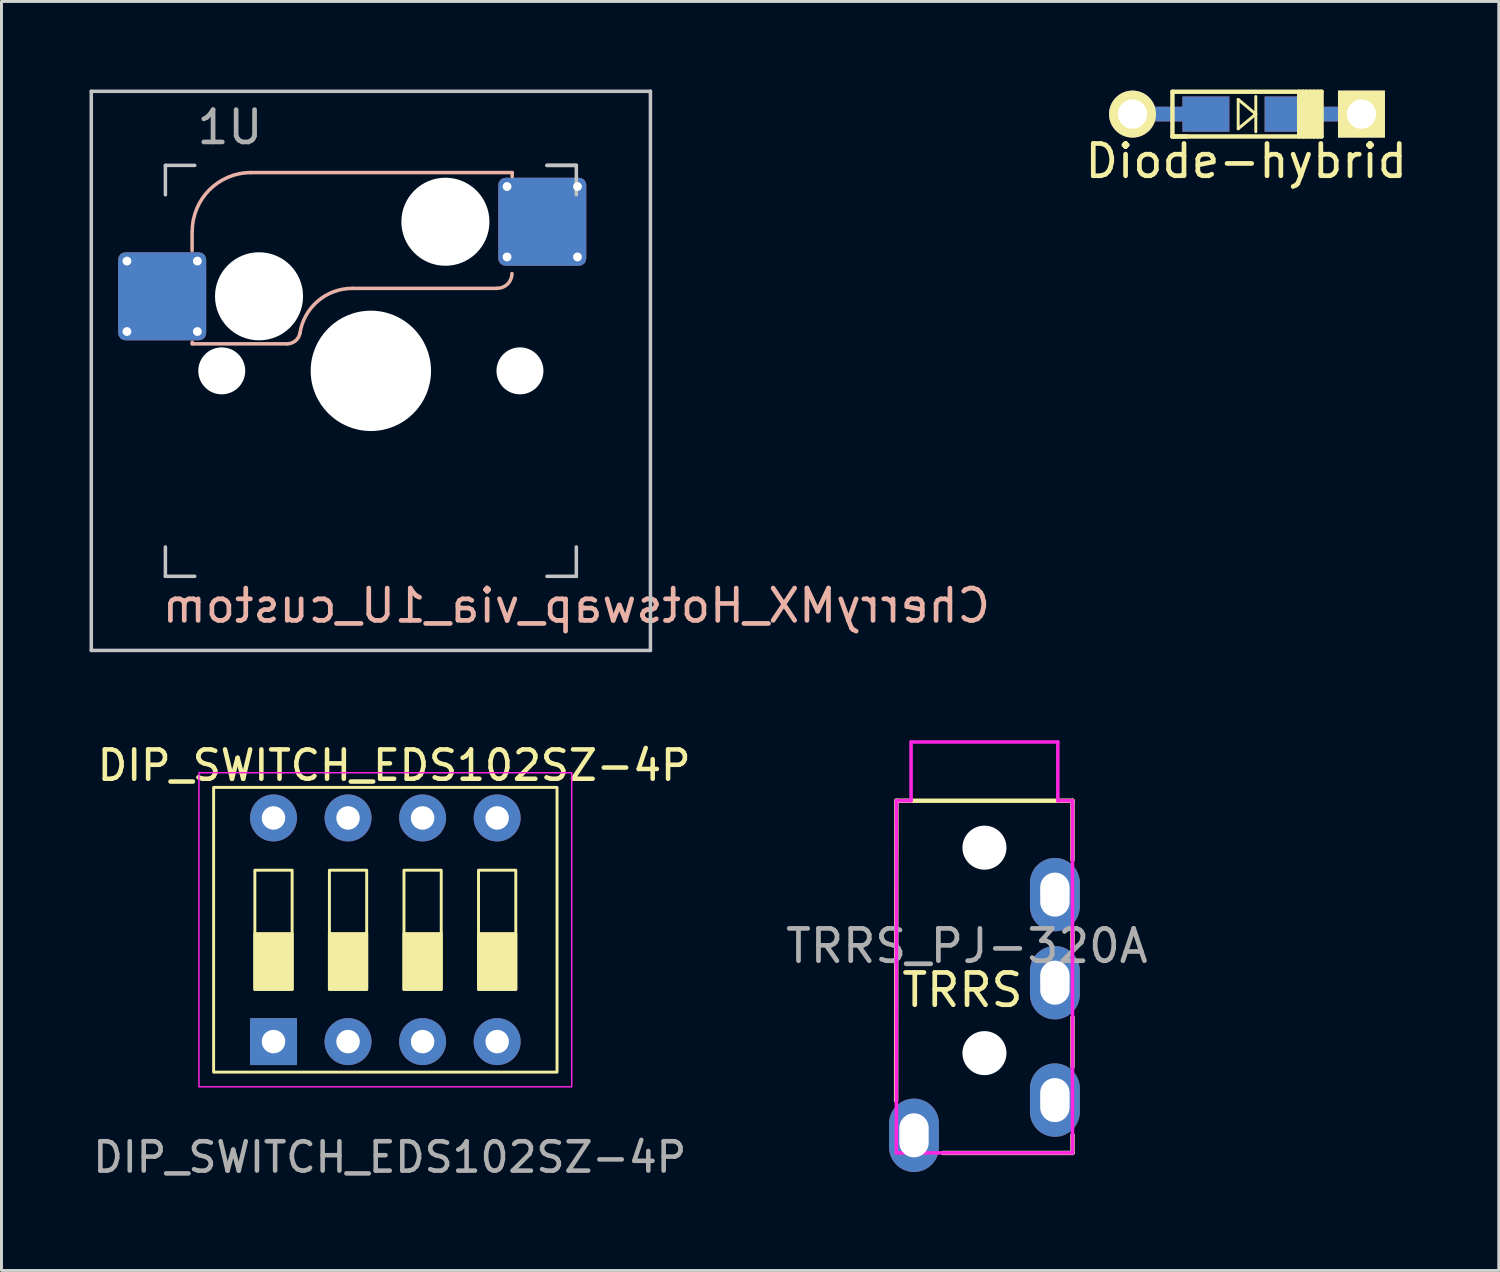
<source format=kicad_pcb>
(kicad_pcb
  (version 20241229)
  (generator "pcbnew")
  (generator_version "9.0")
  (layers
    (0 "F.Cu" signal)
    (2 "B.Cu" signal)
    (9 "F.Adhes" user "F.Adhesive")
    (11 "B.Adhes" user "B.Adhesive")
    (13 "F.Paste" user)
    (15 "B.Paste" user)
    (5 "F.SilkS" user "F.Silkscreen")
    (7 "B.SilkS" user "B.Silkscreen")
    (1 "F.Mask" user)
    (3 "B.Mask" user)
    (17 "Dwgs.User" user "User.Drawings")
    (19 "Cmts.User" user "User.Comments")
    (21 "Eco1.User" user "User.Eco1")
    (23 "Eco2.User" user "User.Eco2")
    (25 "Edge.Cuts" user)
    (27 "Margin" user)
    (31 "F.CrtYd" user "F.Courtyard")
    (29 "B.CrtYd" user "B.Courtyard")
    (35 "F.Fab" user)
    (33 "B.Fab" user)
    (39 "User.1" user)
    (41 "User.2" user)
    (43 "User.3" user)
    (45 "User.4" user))
  (footprint "CherryMX_Hotswap_via_1U_custom"
    (layer "F.Cu")
    (at 9.585 9.585)
    (property "Reference" "CherryMX_Hotswap_via_1U_custom" (at 7 8 0) (layer "B.SilkS") (effects (font (size 1.1 1.1) (thickness 0.16)) (justify mirror)))
    (attr through_hole)
    (fp_line (start -8.11 -1.74) (end -8.11 -3.34) (stroke (width 0.12) (type solid)) (layer "B.Mask"))
    (fp_line (start -7.91 -3.54) (end -6.31 -3.54) (stroke (width 0.12) (type solid)) (layer "B.Mask"))
    (fp_line (start -6.31 -1.54) (end -7.91 -1.54) (stroke (width 0.12) (type solid)) (layer "B.Mask"))
    (fp_line (start -6.11 -3.34) (end -6.11 -1.74) (stroke (width 0.12) (type solid)) (layer "B.Mask"))
    (fp_line (start 4.84 -5.88) (end 4.84 -4.28) (stroke (width 0.12) (type solid)) (layer "B.Mask"))
    (fp_line (start 5.04 -6.08) (end 6.64 -6.08) (stroke (width 0.12) (type solid)) (layer "B.Mask"))
    (fp_line (start 5.04 -4.08) (end 6.64 -4.08) (stroke (width 0.12) (type solid)) (layer "B.Mask"))
    (fp_line (start 6.84 -4.28) (end 6.84 -5.88) (stroke (width 0.12) (type solid)) (layer "B.Mask"))
    (fp_arc (start -8.11 -3.34) (mid -8.051421 -3.481421) (end -7.91 -3.54) (stroke (width 0.12) (type solid)) (layer "B.Mask"))
    (fp_arc (start -7.91 -1.54) (mid -8.051421 -1.598579) (end -8.11 -1.74) (stroke (width 0.12) (type solid)) (layer "B.Mask"))
    (fp_arc (start -6.31 -3.54) (mid -6.168579 -3.481421) (end -6.11 -3.34) (stroke (width 0.12) (type solid)) (layer "B.Mask"))
    (fp_arc (start -6.11 -1.74) (mid -6.168579 -1.598579) (end -6.31 -1.54) (stroke (width 0.12) (type solid)) (layer "B.Mask"))
    (fp_arc (start 4.84 -5.88) (mid 4.898579 -6.021421) (end 5.04 -6.08) (stroke (width 0.12) (type solid)) (layer "B.Mask"))
    (fp_arc (start 5.04 -4.08) (mid 4.898579 -4.138579) (end 4.84 -4.28) (stroke (width 0.12) (type solid)) (layer "B.Mask"))
    (fp_arc (start 6.64 -6.08) (mid 6.781421 -6.021421) (end 6.84 -5.88) (stroke (width 0.12) (type solid)) (layer "B.Mask"))
    (fp_arc (start 6.84 -4.28) (mid 6.781421 -4.138579) (end 6.64 -4.08) (stroke (width 0.12) (type solid)) (layer "B.Mask"))
    (fp_poly (pts (xy -6.11 -3.34) (xy -6.11 -1.74) (xy -6.31 -1.54) (xy -7.91 -1.54) (xy -8.11 -1.74) (xy -8.11 -3.34) (xy -7.91 -3.54) (xy -6.31 -3.54)) (stroke (width 0.1) (type solid)) (fill yes) (layer "B.Mask"))
    (fp_poly (pts (xy 6.84 -5.88) (xy 6.84 -4.28) (xy 6.64 -4.08) (xy 5.04 -4.08) (xy 4.84 -4.28) (xy 4.84 -5.88) (xy 5.04 -6.08) (xy 6.64 -6.08)) (stroke (width 0.1) (type solid)) (fill yes) (layer "B.Mask"))
    (fp_line (start -6.09 -4.1) (end -6.09 -4.73) (stroke (width 0.12) (type solid)) (layer "B.SilkS"))
    (fp_line (start -6.085 -0.92) (end -6.085 -0.975) (stroke (width 0.12) (type solid)) (layer "B.SilkS"))
    (fp_line (start -4.085 -6.755) (end 4.815 -6.755) (stroke (width 0.12) (type solid)) (layer "B.SilkS"))
    (fp_line (start -2.84 -0.92) (end -6.085 -0.92) (stroke (width 0.12) (type solid)) (layer "B.SilkS"))
    (fp_line (start -0.635 -2.81) (end 4.3 -2.81) (stroke (width 0.12) (type solid)) (layer "B.SilkS"))
    (fp_line (start 4.815 -6.755) (end 4.815 -6.62) (stroke (width 0.12) (type solid)) (layer "B.SilkS"))
    (fp_arc (start -6.085 -4.755) (mid -5.499214 -6.169214) (end -4.085 -6.755) (stroke (width 0.12) (type solid)) (layer "B.SilkS"))
    (fp_arc (start -2.415499 -1.287962) (mid -2.562527 -1.029154) (end -2.840043 -0.921527) (stroke (width 0.12) (type solid)) (layer "B.SilkS"))
    (fp_arc (start -2.415498 -1.287962) (mid -1.806315 -2.377881) (end -0.635 -2.810374) (stroke (width 0.12) (type solid)) (layer "B.SilkS"))
    (fp_arc (start 4.806447 -3.313553) (mid 4.66 -2.96) (end 4.306447 -2.813553) (stroke (width 0.12) (type solid)) (layer "B.SilkS"))
    (fp_line (start -8.11 -1.74) (end -8.11 -3.34) (stroke (width 0.12) (type solid)) (layer "B.Paste"))
    (fp_line (start -7.91 -3.54) (end -6.31 -3.54) (stroke (width 0.12) (type solid)) (layer "B.Paste"))
    (fp_line (start -6.31 -1.54) (end -7.91 -1.54) (stroke (width 0.12) (type solid)) (layer "B.Paste"))
    (fp_line (start -6.11 -3.34) (end -6.11 -1.74) (stroke (width 0.12) (type solid)) (layer "B.Paste"))
    (fp_line (start 4.84 -5.88) (end 4.84 -4.28) (stroke (width 0.12) (type solid)) (layer "B.Paste"))
    (fp_line (start 5.04 -6.08) (end 6.64 -6.08) (stroke (width 0.12) (type solid)) (layer "B.Paste"))
    (fp_line (start 5.04 -4.08) (end 6.64 -4.08) (stroke (width 0.12) (type solid)) (layer "B.Paste"))
    (fp_line (start 6.84 -4.28) (end 6.84 -5.88) (stroke (width 0.12) (type solid)) (layer "B.Paste"))
    (fp_arc (start -8.11 -3.34) (mid -8.051421 -3.481421) (end -7.91 -3.54) (stroke (width 0.12) (type solid)) (layer "B.Paste"))
    (fp_arc (start -7.91 -1.54) (mid -8.051421 -1.598579) (end -8.11 -1.74) (stroke (width 0.12) (type solid)) (layer "B.Paste"))
    (fp_arc (start -6.31 -3.54) (mid -6.168579 -3.481421) (end -6.11 -3.34) (stroke (width 0.12) (type solid)) (layer "B.Paste"))
    (fp_arc (start -6.11 -1.74) (mid -6.168579 -1.598579) (end -6.31 -1.54) (stroke (width 0.12) (type solid)) (layer "B.Paste"))
    (fp_arc (start 4.84 -5.88) (mid 4.898579 -6.021421) (end 5.04 -6.08) (stroke (width 0.12) (type solid)) (layer "B.Paste"))
    (fp_arc (start 5.04 -4.08) (mid 4.898579 -4.138579) (end 4.84 -4.28) (stroke (width 0.12) (type solid)) (layer "B.Paste"))
    (fp_arc (start 6.64 -6.08) (mid 6.781421 -6.021421) (end 6.84 -5.88) (stroke (width 0.12) (type solid)) (layer "B.Paste"))
    (fp_arc (start 6.84 -4.28) (mid 6.781421 -4.138579) (end 6.64 -4.08) (stroke (width 0.12) (type solid)) (layer "B.Paste"))
    (fp_poly (pts (xy -6.11 -3.34) (xy -6.11 -1.74) (xy -6.31 -1.54) (xy -7.91 -1.54) (xy -8.11 -1.74) (xy -8.11 -3.34) (xy -7.91 -3.54) (xy -6.31 -3.54)) (stroke (width 0.1) (type solid)) (fill yes) (layer "B.Paste"))
    (fp_poly (pts (xy 6.84 -5.88) (xy 6.84 -4.28) (xy 6.64 -4.08) (xy 5.04 -4.08) (xy 4.84 -4.28) (xy 4.84 -5.88) (xy 5.04 -6.08) (xy 6.64 -6.08)) (stroke (width 0.1) (type solid)) (fill yes) (layer "B.Paste"))
    (fp_line (start -9.525 -9.525) (end 9.525 -9.525) (stroke (width 0.12) (type solid)) (layer "Dwgs.User"))
    (fp_line (start -9.525 9.525) (end -9.525 -9.525) (stroke (width 0.12) (type solid)) (layer "Dwgs.User"))
    (fp_line (start -7 -7) (end -7 -6) (stroke (width 0.12) (type solid)) (layer "Dwgs.User"))
    (fp_line (start -7 -7) (end -6 -7) (stroke (width 0.12) (type solid)) (layer "Dwgs.User"))
    (fp_line (start -7 7) (end -7 6) (stroke (width 0.12) (type solid)) (layer "Dwgs.User"))
    (fp_line (start -7 7) (end -6 7) (stroke (width 0.12) (type solid)) (layer "Dwgs.User"))
    (fp_line (start 6 -7) (end 7 -7) (stroke (width 0.12) (type solid)) (layer "Dwgs.User"))
    (fp_line (start 7 -7) (end 6 -7) (stroke (width 0.12) (type solid)) (layer "Dwgs.User"))
    (fp_line (start 7 -7) (end 7 -6) (stroke (width 0.12) (type solid)) (layer "Dwgs.User"))
    (fp_line (start 7 7) (end 6 7) (stroke (width 0.12) (type solid)) (layer "Dwgs.User"))
    (fp_line (start 7 7) (end 7 6) (stroke (width 0.12) (type solid)) (layer "Dwgs.User"))
    (fp_line (start 9.525 -9.525) (end 9.525 9.525) (stroke (width 0.12) (type solid)) (layer "Dwgs.User"))
    (fp_line (start 9.525 9.525) (end -9.525 9.525) (stroke (width 0.12) (type solid)) (layer "Dwgs.User"))
    (fp_text user "1U" (at -4.8 -8.3 0) (layer "F.Fab") (effects (font (size 1.1 1.1) (thickness 0.16))))
    (pad "" np_thru_hole circle (at -5.08 0) (size 1.6 1.6) (drill 1.6) (layers "*.Cu" "*.Mask"))
    (pad "" np_thru_hole circle (at -3.81 -2.54) (size 3 3) (drill 3) (layers "*.Cu" "*.Mask"))
    (pad "" np_thru_hole circle (at 0 0) (size 4.1 4.1) (drill 4.1) (layers "*.Cu" "*.Mask"))
    (pad "" np_thru_hole circle (at 2.54 -5.08) (size 3 3) (drill 3) (layers "*.Cu" "*.Mask"))
    (pad "" np_thru_hole circle (at 5.08 0) (size 1.6 1.6) (drill 1.6) (layers "*.Cu" "*.Mask"))
    (pad "1" thru_hole circle (at -8.31 -3.74) (size 0.5 0.5) (drill 0.3) (layers "*.Cu"))
    (pad "1" thru_hole circle (at -8.31 -1.34) (size 0.5 0.5) (drill 0.3) (layers "*.Cu"))
    (pad "1" smd roundrect (at -7.11 -2.54) (size 3 3) (layers "F.Cu") (roundrect_rratio 0.083))
    (pad "1" smd roundrect (at -7.11 -2.54 180) (size 3 3) (layers "B.Cu") (roundrect_rratio 0.083))
    (pad "1" thru_hole circle (at -5.91 -3.74) (size 0.5 0.5) (drill 0.3) (layers "*.Cu"))
    (pad "1" thru_hole circle (at -5.91 -1.34) (size 0.5 0.5) (drill 0.3) (layers "*.Cu"))
    (pad "2" thru_hole circle (at 4.64 -6.28 180) (size 0.5 0.5) (drill 0.3) (layers "*.Cu"))
    (pad "2" thru_hole circle (at 4.64 -3.88 180) (size 0.5 0.5) (drill 0.3) (layers "*.Cu"))
    (pad "2" smd roundrect (at 5.84 -5.08 180) (size 3 3) (layers "F.Cu") (roundrect_rratio 0.083))
    (pad "2" smd roundrect (at 5.84 -5.08 180) (size 3 3) (layers "B.Cu") (roundrect_rratio 0.083))
    (pad "2" thru_hole circle (at 7.04 -6.28 180) (size 0.5 0.5) (drill 0.3) (layers "*.Cu"))
    (pad "2" thru_hole circle (at 7.04 -3.88 180) (size 0.5 0.5) (drill 0.3) (layers "*.Cu")))
  (footprint "DIP_SWITCH_EDS102SZ-4P"
    (layer "F.Cu")
    (at 10.078 28.627)
    (property "Reference" "DIP_SWITCH_EDS102SZ-4P" (at 0.3 -5.6 0) (unlocked yes) (layer "F.SilkS") (effects (font (size 1 1) (thickness 0.155))))
    (attr through_hole)
    (fp_rect (start -5.85 -4.85) (end 5.85 4.85) (stroke (width 0.1) (type default)) (fill no) (layer "F.SilkS"))
    (fp_rect (start -4.445 -2.03) (end -3.175 2.03) (stroke (width 0.1) (type default)) (fill no) (layer "F.SilkS"))
    (fp_rect (start -4.445 0.13) (end -3.175 2.03) (stroke (width 0.1) (type default)) (fill yes) (layer "F.SilkS"))
    (fp_rect (start -1.905 -2.03) (end -0.635 2.03) (stroke (width 0.1) (type default)) (fill no) (layer "F.SilkS"))
    (fp_rect (start -1.905 0.13) (end -0.635 2.03) (stroke (width 0.1) (type default)) (fill yes) (layer "F.SilkS"))
    (fp_rect (start 0.635 -2.03) (end 1.905 2.03) (stroke (width 0.1) (type default)) (fill no) (layer "F.SilkS"))
    (fp_rect (start 0.635 0.13) (end 1.905 2.03) (stroke (width 0.1) (type default)) (fill yes) (layer "F.SilkS"))
    (fp_rect (start 3.175 -2.03) (end 4.445 2.03) (stroke (width 0.1) (type default)) (fill no) (layer "F.SilkS"))
    (fp_rect (start 3.175 0.13) (end 4.445 2.03) (stroke (width 0.1) (type default)) (fill yes) (layer "F.SilkS"))
    (fp_rect (start -6.35 -5.35) (end 6.35 5.35) (stroke (width 0.05) (type default)) (fill no) (layer "F.CrtYd"))
    (fp_text user "${REFERENCE}" (at 0.15 7.75 0) (unlocked yes) (layer "F.Fab") (effects (font (size 1 1) (thickness 0.155))))
    (pad "1" thru_hole rect (at -3.81 3.81) (size 1.6 1.6) (drill 0.8) (layers "*.Cu" "*.Mask"))
    (pad "2" thru_hole circle (at -1.27 3.81) (size 1.6 1.6) (drill 0.8) (layers "*.Cu" "*.Mask"))
    (pad "3" thru_hole circle (at 1.27 3.81) (size 1.6 1.6) (drill 0.8) (layers "*.Cu" "*.Mask"))
    (pad "4" thru_hole circle (at 3.81 3.81) (size 1.6 1.6) (drill 0.8) (layers "*.Cu" "*.Mask"))
    (pad "5" thru_hole circle (at 3.81 -3.81) (size 1.6 1.6) (drill 0.8) (layers "*.Cu" "*.Mask"))
    (pad "6" thru_hole circle (at 1.27 -3.81) (size 1.6 1.6) (drill 0.8) (layers "*.Cu" "*.Mask"))
    (pad "7" thru_hole circle (at -1.27 -3.81) (size 1.6 1.6) (drill 0.8) (layers "*.Cu" "*.Mask"))
    (pad "8" thru_hole circle (at -3.81 -3.81) (size 1.6 1.6) (drill 0.8) (layers "*.Cu" "*.Mask")))
  (footprint "Diode-hybrid"
    (layer "F.Cu")
    (at 39.435 0.837)
    (property "Reference" "Diode-hybrid" (at -0.025 1.6 0) (layer "F.SilkS") (effects (font (size 1.1 1.1) (thickness 0.16))))
    (attr smd)
    (fp_line (start -2.54 -0.762) (end -2.54 0.762) (stroke (width 0.15) (type solid)) (layer "F.SilkS"))
    (fp_line (start -2.54 0.762) (end -2.032 0.762) (stroke (width 0.15) (type solid)) (layer "F.SilkS"))
    (fp_line (start -2.54 0.762) (end 2.54 0.762) (stroke (width 0.15) (type solid)) (layer "F.SilkS"))
    (fp_line (start -0.3 -0.5) (end -0.3 0.5) (stroke (width 0.1) (type default)) (layer "F.SilkS"))
    (fp_line (start -0.3 0.5) (end 0.3 0) (stroke (width 0.1) (type default)) (layer "F.SilkS"))
    (fp_line (start 0.3 -0.6) (end 0.3 0.6) (stroke (width 0.1) (type default)) (layer "F.SilkS"))
    (fp_line (start 0.3 0) (end -0.3 -0.5) (stroke (width 0.1) (type default)) (layer "F.SilkS"))
    (fp_line (start 1.778 0.762) (end 1.778 -0.762) (stroke (width 0.15) (type solid)) (layer "F.SilkS"))
    (fp_line (start 1.905 0.762) (end 1.905 -0.762) (stroke (width 0.15) (type solid)) (layer "F.SilkS"))
    (fp_line (start 2.032 -0.762) (end 2.032 0.762) (stroke (width 0.15) (type solid)) (layer "F.SilkS"))
    (fp_line (start 2.159 0.762) (end 2.159 -0.762) (stroke (width 0.15) (type solid)) (layer "F.SilkS"))
    (fp_line (start 2.286 -0.762) (end 2.286 0.762) (stroke (width 0.15) (type solid)) (layer "F.SilkS"))
    (fp_line (start 2.413 0.762) (end 2.413 -0.762) (stroke (width 0.15) (type solid)) (layer "F.SilkS"))
    (fp_line (start 2.54 -0.762) (end -2.54 -0.762) (stroke (width 0.15) (type solid)) (layer "F.SilkS"))
    (fp_line (start 2.54 0.762) (end 2.54 -0.762) (stroke (width 0.15) (type solid)) (layer "F.SilkS"))
    (pad "1" smd rect (at 1.4 0) (size 1.6 1.2) (layers "F.Cu" "F.Mask" "F.Paste"))
    (pad "1" smd rect (at 1.4 0) (size 1.6 1.2) (layers "B.Cu" "B.Mask" "B.Paste"))
    (pad "1" smd rect (at 2.5 0) (size 2.9 0.5) (layers "F.Cu"))
    (pad "1" smd rect (at 2.5 0) (size 2.9 0.5) (layers "B.Cu"))
    (pad "1" thru_hole rect (at 3.9 0) (size 1.6 1.6) (drill 1) (layers "*.Cu" "*.Mask" "F.SilkS"))
    (pad "2" thru_hole circle (at -3.9 0) (size 1.6 1.6) (drill 1) (layers "*.Cu" "*.Mask" "F.SilkS"))
    (pad "2" smd rect (at -2.5 0) (size 2.9 0.5) (layers "F.Cu"))
    (pad "2" smd rect (at -2.5 0) (size 2.9 0.5) (layers "B.Cu"))
    (pad "2" smd rect (at -1.4 0) (size 1.6 1.2) (layers "F.Cu" "F.Mask" "F.Paste"))
    (pad "2" smd rect (at -1.4 0) (size 1.6 1.2) (layers "B.Cu" "B.Mask" "B.Paste")))
  (footprint "TRRS_PJ-320A"
    (layer "F.Cu")
    (at 30.49 24.23)
    (property "Reference" "TRRS_PJ-320A" (at -0.6 4.95 0) (layer "F.Fab") (effects (font (size 1.1 1.1) (thickness 0.16))))
    (attr through_hole)
    (fp_line (start -3.01 10.22) (end -3 0) (stroke (width 0.15) (type solid)) (layer "F.SilkS"))
    (fp_line (start -3 0) (end 3 0) (stroke (width 0.15) (type solid)) (layer "F.SilkS"))
    (fp_line (start 3 0) (end 3 2.02) (stroke (width 0.15) (type solid)) (layer "F.SilkS"))
    (fp_line (start 3 4.4) (end 3 5.04) (stroke (width 0.15) (type solid)) (layer "F.SilkS"))
    (fp_line (start 3 7.38) (end 3 9.07) (stroke (width 0.15) (type solid)) (layer "F.SilkS"))
    (fp_line (start 3 11.39) (end 3 12) (stroke (width 0.15) (type solid)) (layer "F.SilkS"))
    (fp_line (start 3 12) (end -1.41 12) (stroke (width 0.15) (type solid)) (layer "F.SilkS"))
    (fp_line (start -3 0) (end -2.5 0) (stroke (width 0.12) (type solid)) (layer "F.CrtYd"))
    (fp_line (start -3 12) (end -3 0) (stroke (width 0.12) (type solid)) (layer "F.CrtYd"))
    (fp_line (start -2.5 -2) (end 2.5 -2) (stroke (width 0.12) (type solid)) (layer "F.CrtYd"))
    (fp_line (start -2.5 0) (end -2.5 -2) (stroke (width 0.12) (type solid)) (layer "F.CrtYd"))
    (fp_line (start 2.5 -2) (end 2.5 0) (stroke (width 0.12) (type solid)) (layer "F.CrtYd"))
    (fp_line (start 2.5 0) (end 3 0) (stroke (width 0.12) (type solid)) (layer "F.CrtYd"))
    (fp_line (start 3 0) (end 3 12) (stroke (width 0.12) (type solid)) (layer "F.CrtYd"))
    (fp_line (start 3 12) (end -3 12) (stroke (width 0.12) (type solid)) (layer "F.CrtYd"))
    (fp_text user "TRRS" (at -0.75 6.45 0) (layer "F.SilkS") (effects (font (size 1.1 1.1) (thickness 0.16))))
    (pad "" np_thru_hole circle (at 0 1.6) (size 1.5 1.5) (drill 1.5) (layers "*.Cu" "*.Mask"))
    (pad "" np_thru_hole circle (at 0 8.6) (size 1.5 1.5) (drill 1.5) (layers "*.Cu" "*.Mask"))
    (pad "A" thru_hole oval (at -2.4 11.4) (size 1.7 2.5) (drill oval 1 1.5) (layers "*.Cu" "*.Mask"))
    (pad "B" thru_hole oval (at 2.4 3.2) (size 1.7 2.5) (drill oval 1 1.5) (layers "*.Cu" "*.Mask"))
    (pad "C" thru_hole oval (at 2.4 6.2) (size 1.7 2.5) (drill oval 1 1.5) (layers "*.Cu" "*.Mask"))
    (pad "D" thru_hole oval (at 2.4 10.2) (size 1.7 2.5) (drill oval 1 1.5) (layers "*.Cu" "*.Mask")))
  (gr_rect
    (start -3 -3)
    (end 48.013 40.234)
    (stroke (width 0.1) (type default))
    (fill no)
    (layer "Edge.Cuts")))
</source>
